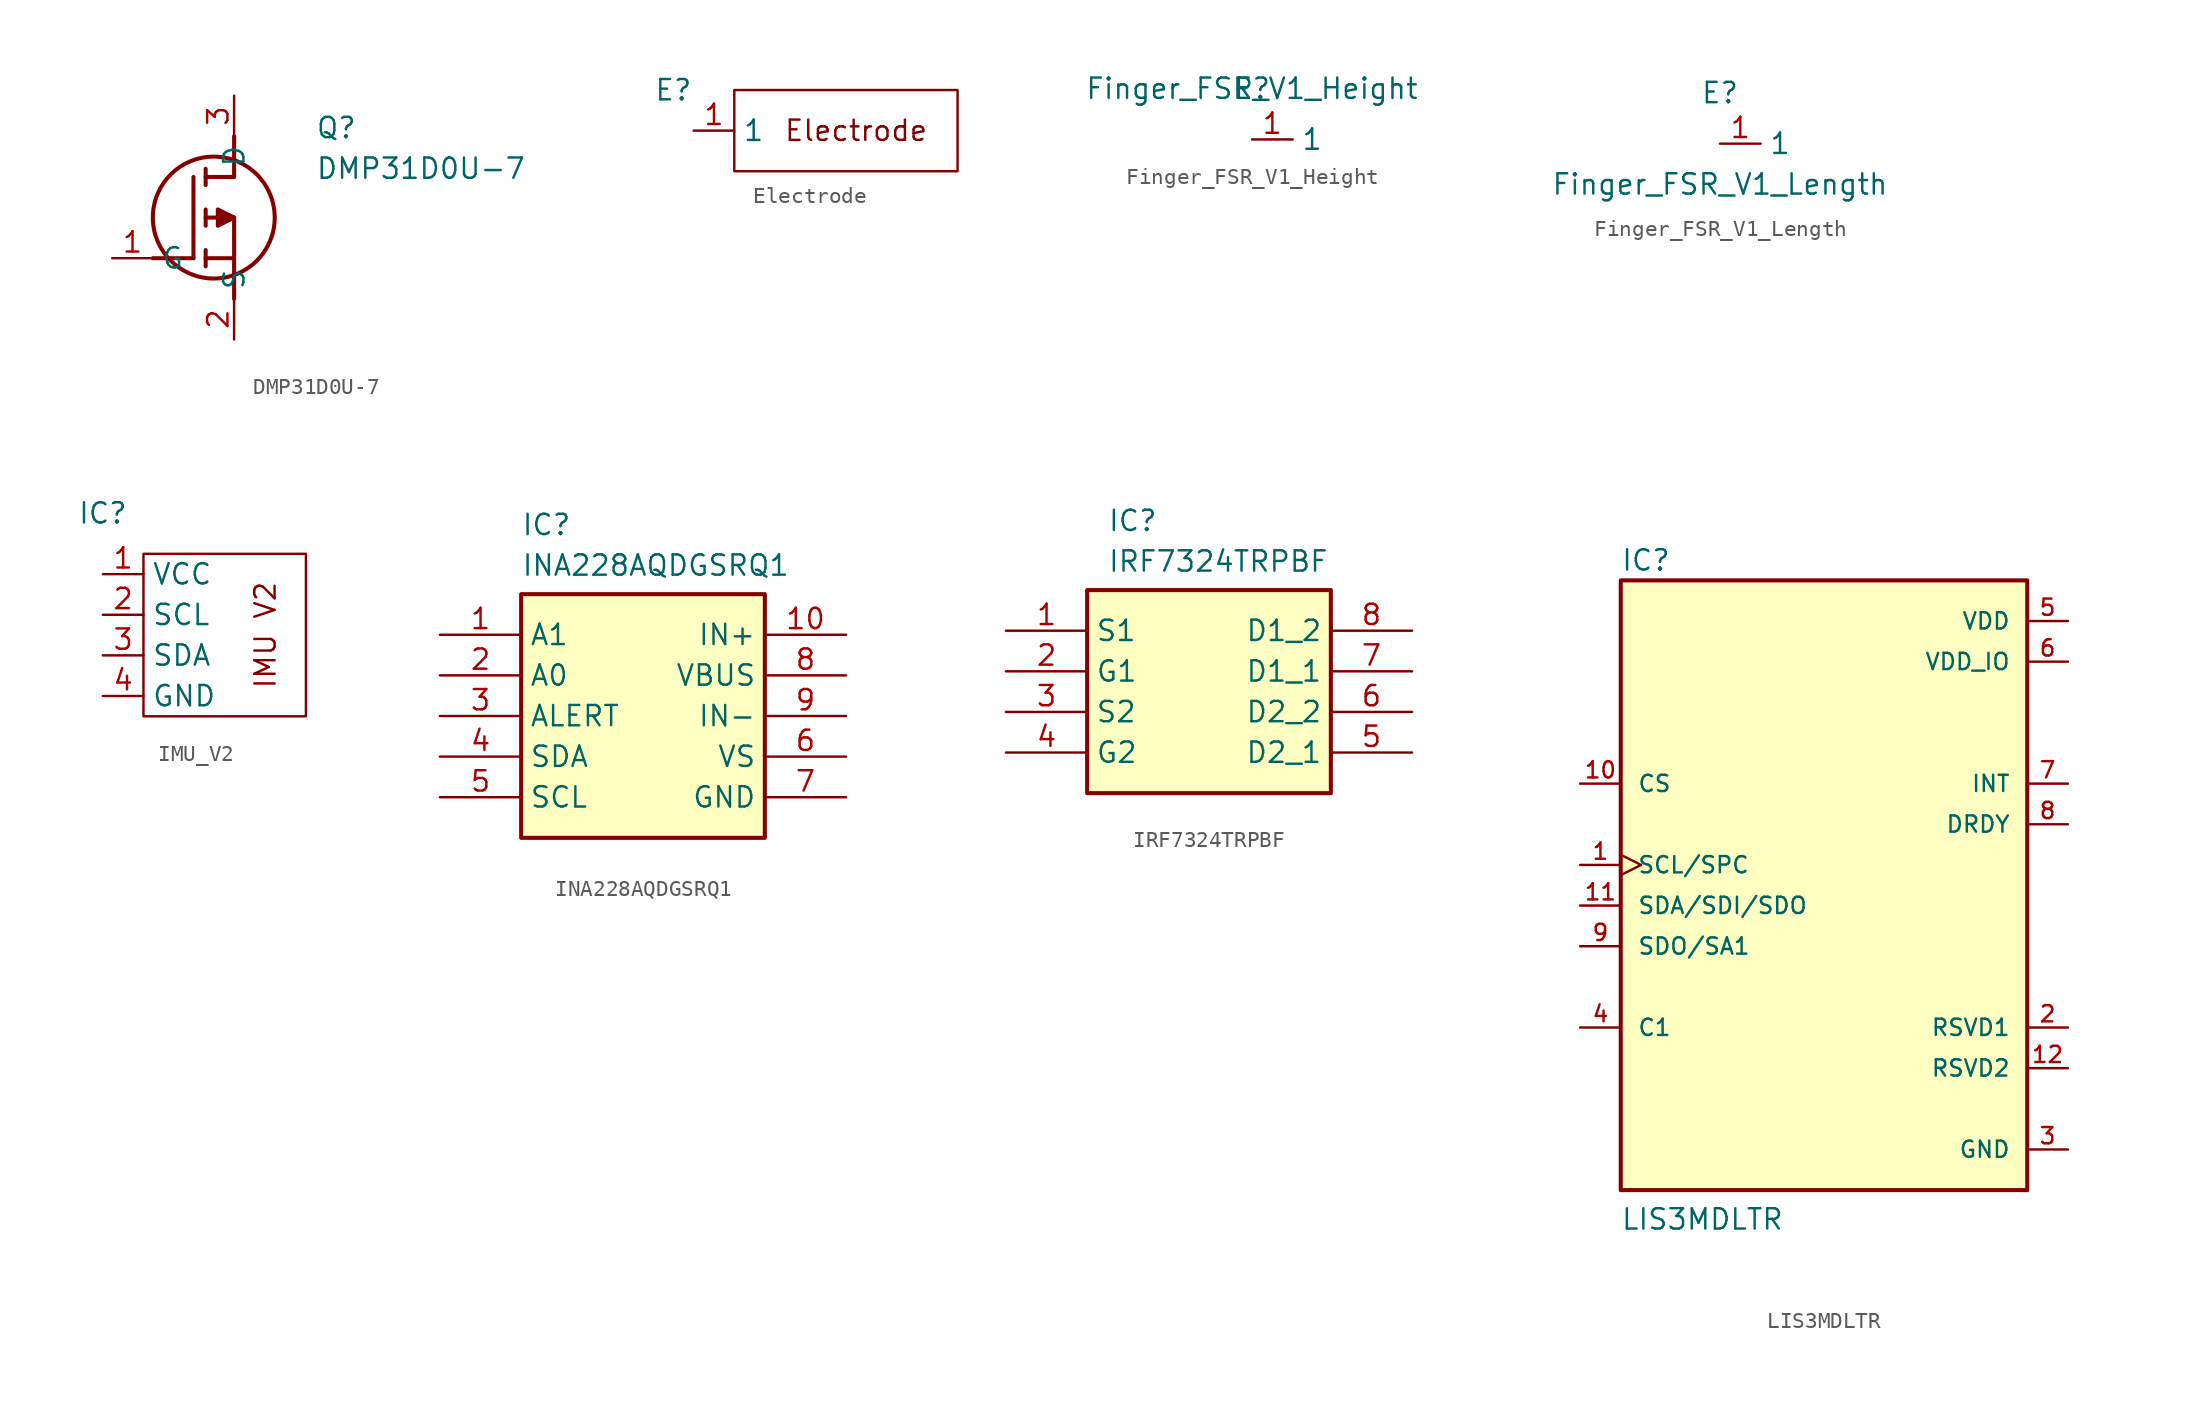
<source format=kicad_sym>
(kicad_symbol_lib
  (version 20220914)
  (generator kicad_symbol_editor)
  (symbol "DMP31D0U-7"
    (property "Reference" "Q"
      (at 7.62 6.35 0)
      (effects (font (size 1.27 1.27)) (justify left top)))
    (property "Value" "DMP31D0U-7"
      (at 7.62 3.81 0)
      (effects (font (size 1.27 1.27)) (justify left top)))
    (symbol "DMP31D0U-7_1_1"
      (polyline (pts (xy -2.54 -2.54) (xy 0 -2.54)) (stroke (width 0.254) (type default)) (fill (type none)))
      (polyline (pts (xy 0 2.54) (xy 0 -2.54)) (stroke (width 0.254) (type default)) (fill (type none)))
      (polyline (pts (xy 0.762 -3.048) (xy 0.762 -2.032)) (stroke (width 0.254) (type default)) (fill (type none)))
      (polyline (pts (xy 0.762 -2.54) (xy 2.54 -2.54)) (stroke (width 0.254) (type default)) (fill (type none)))
      (polyline (pts (xy 0.762 -0.508) (xy 0.762 0.508)) (stroke (width 0.254) (type default)) (fill (type none)))
      (polyline (pts (xy 0.762 3.048) (xy 0.762 2.032)) (stroke (width 0.254) (type default)) (fill (type none)))
      (polyline (pts (xy 2.54 0) (xy 0.762 0)) (stroke (width 0.254) (type default)) (fill (type none)))
      (polyline (pts (xy 2.54 0) (xy 2.54 -5.08)) (stroke (width 0.254) (type default)) (fill (type none)))
      (polyline (pts (xy 2.54 2.54) (xy 0.762 2.54)) (stroke (width 0.254) (type default)) (fill (type none)))
      (polyline (pts (xy 2.54 2.54) (xy 2.54 5.08)) (stroke (width 0.254) (type default)) (fill (type none)))
      (polyline (pts (xy 2.54 0) (xy 1.524 0.508) (xy 1.524 -0.508) (xy 2.54 0)) (stroke (width 0.254) (type default)) (fill (type outline)))
      (circle (center 1.27 0) (radius 3.81) (stroke (width 0.254) (type default)) (fill (type none)))
      (pin passive line (at -5.08 -2.54 0) (length 2.54) (name "G" (effects (font (size 1.27 1.27)))) (number "1" (effects (font (size 1.27 1.27)))))
      (pin passive line (at 2.54 -7.62 90) (length 2.54) (name "S" (effects (font (size 1.27 1.27)))) (number "2" (effects (font (size 1.27 1.27)))))
      (pin passive line (at 2.54 7.62 270) (length 2.54) (name "D" (effects (font (size 1.27 1.27)))) (number "3" (effects (font (size 1.27 1.27)))))))
  (symbol "Electrode"
    (property "Reference" "E"
      (at -1.27 2.54 0)
      (effects (font (size 1.27 1.27))))
    (property "Value" ""
      (at 0 0 0)
      (effects (font (size 1.27 1.27))))
    (symbol "Electrode_0_1"
      (rectangle (start 2.54 2.54) (end 16.51 -2.54) (stroke (width 0) (type default)) (fill (type none))))
    (symbol "Electrode_1_1"
      (text "Electrode" (at 10.16 0 0) (effects (font (size 1.27 1.27))))
      (pin bidirectional line (at 0 0 0) (length 2.54) (name "1" (effects (font (size 1.27 1.27)))) (number "1" (effects (font (size 1.27 1.27)))))))
  (symbol "Finger_FSR_V1_Height"
    (property "Reference" "E"
      (at 0 0 0)
      (effects (font (size 1.27 1.27))))
    (property "Value" "Finger_FSR_V1_Height"
      (at 0 0 0)
      (effects (font (size 1.27 1.27))))
    (symbol "Finger_FSR_V1_Height_1_1"
      (pin bidirectional line (at 0 -3.175 0) (length 2.54) (name "1" (effects (font (size 1.27 1.27)))) (number "1" (effects (font (size 1.27 1.27)))))))
  (symbol "Finger_FSR_V1_Length"
    (property "Reference" "E"
      (at 0 0 0)
      (effects (font (size 1.27 1.27))))
    (property "Value" "Finger_FSR_V1_Length"
      (at 0 -5.715 0)
      (effects (font (size 1.27 1.27))))
    (symbol "Finger_FSR_V1_Length_1_1"
      (pin bidirectional line (at 0 -3.175 0) (length 2.54) (name "1" (effects (font (size 1.27 1.27)))) (number "1" (effects (font (size 1.27 1.27)))))))
  (symbol "IMU_V2"
    (property "Reference" "IC"
      (at 0 2.54 0)
      (effects (font (size 1.27 1.27))))
    (property "Value" ""
      (at 0 0 0)
      (effects (font (size 1.27 1.27))))
    (symbol "IMU_V2_0_1"
      (rectangle (start 2.54 0) (end 12.7 -10.16) (stroke (width 0) (type default)) (fill (type none))))
    (symbol "IMU_V2_1_1"
      (text "IMU V2" (at 10.16 -5.08 900) (effects (font (size 1.27 1.27))))
      (pin bidirectional line (at 0 -1.27 0) (length 2.54) (name "VCC" (effects (font (size 1.27 1.27)))) (number "1" (effects (font (size 1.27 1.27)))))
      (pin bidirectional line (at 0 -3.81 0) (length 2.54) (name "SCL" (effects (font (size 1.27 1.27)))) (number "2" (effects (font (size 1.27 1.27)))))
      (pin bidirectional line (at 0 -6.35 0) (length 2.54) (name "SDA" (effects (font (size 1.27 1.27)))) (number "3" (effects (font (size 1.27 1.27)))))
      (pin bidirectional line (at 0 -8.89 0) (length 2.54) (name "GND" (effects (font (size 1.27 1.27)))) (number "4" (effects (font (size 1.27 1.27)))))))
  (symbol "INA228AQDGSRQ1"
    (property "Reference" "IC"
      (at 5.08 7.62 0)
      (effects (font (size 1.27 1.27)) (justify left top)))
    (property "Value" "INA228AQDGSRQ1"
      (at 5.08 5.08 0)
      (effects (font (size 1.27 1.27)) (justify left top)))
    (symbol "INA228AQDGSRQ1_1_1"
      (rectangle (start 5.08 2.54) (end 20.32 -12.7) (stroke (width 0.254) (type default)) (fill (type background)))
      (pin passive line (at 0 0 0) (length 5.08) (name "A1" (effects (font (size 1.27 1.27)))) (number "1" (effects (font (size 1.27 1.27)))))
      (pin passive line (at 25.4 0 180) (length 5.08) (name "IN+" (effects (font (size 1.27 1.27)))) (number "10" (effects (font (size 1.27 1.27)))))
      (pin passive line (at 0 -2.54 0) (length 5.08) (name "A0" (effects (font (size 1.27 1.27)))) (number "2" (effects (font (size 1.27 1.27)))))
      (pin passive line (at 0 -5.08 0) (length 5.08) (name "ALERT" (effects (font (size 1.27 1.27)))) (number "3" (effects (font (size 1.27 1.27)))))
      (pin passive line (at 0 -7.62 0) (length 5.08) (name "SDA" (effects (font (size 1.27 1.27)))) (number "4" (effects (font (size 1.27 1.27)))))
      (pin passive line (at 0 -10.16 0) (length 5.08) (name "SCL" (effects (font (size 1.27 1.27)))) (number "5" (effects (font (size 1.27 1.27)))))
      (pin passive line (at 25.4 -7.62 180) (length 5.08) (name "VS" (effects (font (size 1.27 1.27)))) (number "6" (effects (font (size 1.27 1.27)))))
      (pin passive line (at 25.4 -10.16 180) (length 5.08) (name "GND" (effects (font (size 1.27 1.27)))) (number "7" (effects (font (size 1.27 1.27)))))
      (pin passive line (at 25.4 -2.54 180) (length 5.08) (name "VBUS" (effects (font (size 1.27 1.27)))) (number "8" (effects (font (size 1.27 1.27)))))
      (pin passive line (at 25.4 -5.08 180) (length 5.08) (name "IN-" (effects (font (size 1.27 1.27)))) (number "9" (effects (font (size 1.27 1.27)))))))
  (symbol "IRF7324TRPBF"
    (property "Reference" "IC"
      (at 6.35 7.62 0)
      (effects (font (size 1.27 1.27)) (justify left top)))
    (property "Value" "IRF7324TRPBF"
      (at 6.35 5.08 0)
      (effects (font (size 1.27 1.27)) (justify left top)))
    (symbol "IRF7324TRPBF_1_1"
      (rectangle (start 5.08 2.54) (end 20.32 -10.16) (stroke (width 0.254) (type default)) (fill (type background)))
      (pin passive line (at 0 0 0) (length 5.08) (name "S1" (effects (font (size 1.27 1.27)))) (number "1" (effects (font (size 1.27 1.27)))))
      (pin passive line (at 0 -2.54 0) (length 5.08) (name "G1" (effects (font (size 1.27 1.27)))) (number "2" (effects (font (size 1.27 1.27)))))
      (pin passive line (at 0 -5.08 0) (length 5.08) (name "S2" (effects (font (size 1.27 1.27)))) (number "3" (effects (font (size 1.27 1.27)))))
      (pin passive line (at 0 -7.62 0) (length 5.08) (name "G2" (effects (font (size 1.27 1.27)))) (number "4" (effects (font (size 1.27 1.27)))))
      (pin passive line (at 25.4 -7.62 180) (length 5.08) (name "D2_1" (effects (font (size 1.27 1.27)))) (number "5" (effects (font (size 1.27 1.27)))))
      (pin passive line (at 25.4 -5.08 180) (length 5.08) (name "D2_2" (effects (font (size 1.27 1.27)))) (number "6" (effects (font (size 1.27 1.27)))))
      (pin passive line (at 25.4 -2.54 180) (length 5.08) (name "D1_1" (effects (font (size 1.27 1.27)))) (number "7" (effects (font (size 1.27 1.27)))))
      (pin passive line (at 25.4 0 180) (length 5.08) (name "D1_2" (effects (font (size 1.27 1.27)))) (number "8" (effects (font (size 1.27 1.27)))))))
  (symbol "LIS3MDLTR"
    (pin_names
      (offset 1.016))
    (property "Reference" "IC"
      (at -12.707 18.295 0)
      (effects (font (size 1.27 1.27)) (justify left bottom)))
    (property "Value" "LIS3MDLTR"
      (at -12.719 -22.883 0)
      (effects (font (size 1.27 1.27)) (justify left bottom)))
    (symbol "LIS3MDLTR_0_0"
      (rectangle (start -12.7 -20.32) (end 12.7 17.78) (stroke (width 0.254) (type default)) (fill (type background)))
      (pin input clock (at -15.24 0 0) (length 2.54) (name "SCL/SPC" (effects (font (size 1.016 1.016)))) (number "1" (effects (font (size 1.016 1.016)))))
      (pin input line (at -15.24 5.08 0) (length 2.54) (name "CS" (effects (font (size 1.016 1.016)))) (number "10" (effects (font (size 1.016 1.016)))))
      (pin bidirectional line (at -15.24 -2.54 0) (length 2.54) (name "SDA/SDI/SDO" (effects (font (size 1.016 1.016)))) (number "11" (effects (font (size 1.016 1.016)))))
      (pin passive line (at 15.24 -12.7 180) (length 2.54) (name "RSVD2" (effects (font (size 1.016 1.016)))) (number "12" (effects (font (size 1.016 1.016)))))
      (pin passive line (at 15.24 -10.16 180) (length 2.54) (name "RSVD1" (effects (font (size 1.016 1.016)))) (number "2" (effects (font (size 1.016 1.016)))))
      (pin power_in line (at 15.24 -17.78 180) (length 2.54) (name "GND" (effects (font (size 1.016 1.016)))) (number "3" (effects (font (size 1.016 1.016)))))
      (pin passive line (at -15.24 -10.16 0) (length 2.54) (name "C1" (effects (font (size 1.016 1.016)))) (number "4" (effects (font (size 1.016 1.016)))))
      (pin power_in line (at 15.24 15.24 180) (length 2.54) (name "VDD" (effects (font (size 1.016 1.016)))) (number "5" (effects (font (size 1.016 1.016)))))
      (pin power_in line (at 15.24 12.7 180) (length 2.54) (name "VDD_IO" (effects (font (size 1.016 1.016)))) (number "6" (effects (font (size 1.016 1.016)))))
      (pin output line (at 15.24 5.08 180) (length 2.54) (name "INT" (effects (font (size 1.016 1.016)))) (number "7" (effects (font (size 1.016 1.016)))))
      (pin output line (at 15.24 2.54 180) (length 2.54) (name "DRDY" (effects (font (size 1.016 1.016)))) (number "8" (effects (font (size 1.016 1.016)))))
      (pin bidirectional line (at -15.24 -5.08 0) (length 2.54) (name "SDO/SA1" (effects (font (size 1.016 1.016)))) (number "9" (effects (font (size 1.016 1.016))))))))
</source>
